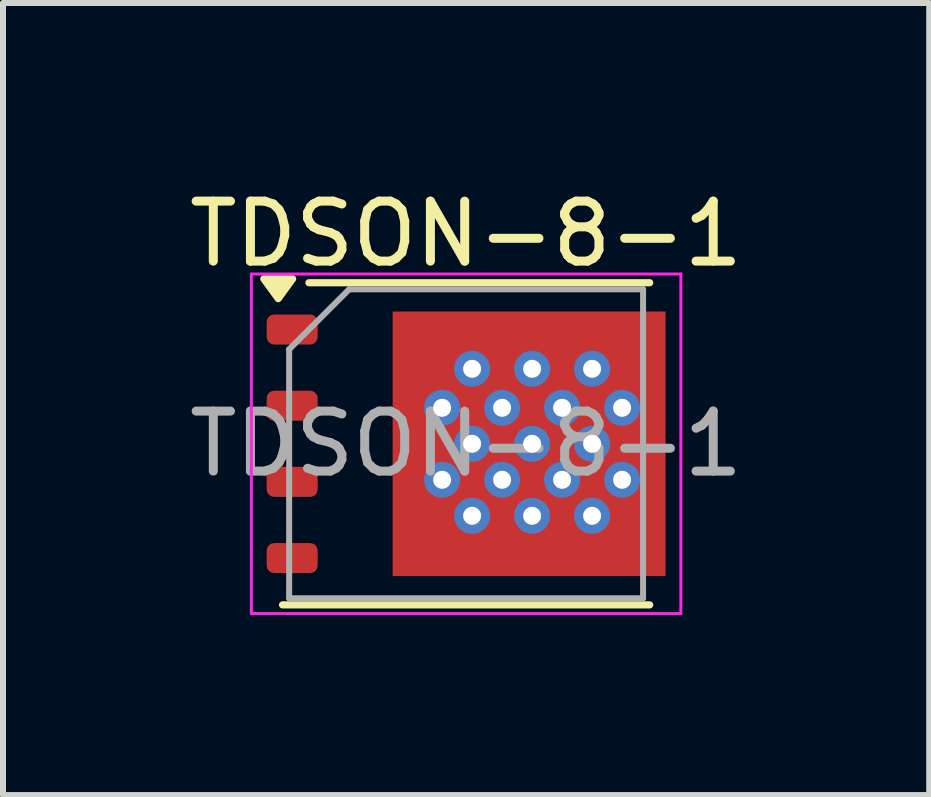
<source format=kicad_pcb>
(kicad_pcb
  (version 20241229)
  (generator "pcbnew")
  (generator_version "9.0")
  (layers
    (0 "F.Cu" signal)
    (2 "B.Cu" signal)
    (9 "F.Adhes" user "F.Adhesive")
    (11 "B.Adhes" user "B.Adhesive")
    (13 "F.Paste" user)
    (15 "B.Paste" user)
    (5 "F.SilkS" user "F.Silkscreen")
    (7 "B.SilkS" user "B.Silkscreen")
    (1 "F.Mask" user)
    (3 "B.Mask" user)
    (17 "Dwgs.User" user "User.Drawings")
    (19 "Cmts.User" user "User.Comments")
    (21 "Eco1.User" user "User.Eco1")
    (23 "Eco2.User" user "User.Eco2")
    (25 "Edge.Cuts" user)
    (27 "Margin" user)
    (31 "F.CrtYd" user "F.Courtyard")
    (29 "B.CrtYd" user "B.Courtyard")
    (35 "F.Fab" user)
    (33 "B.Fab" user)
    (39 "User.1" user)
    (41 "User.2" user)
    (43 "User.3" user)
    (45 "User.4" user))
  (footprint "TDSON-8-1"
    (layer "F.Cu")
    (at 4.72 4.348)
    (property "Reference" "TDSON-8-1" (at 0 -3.5 0) (layer "F.SilkS") (effects (font (size 1 1) (thickness 0.15))))
    (attr smd)
    (fp_line (start 3.06 -2.685) (end -2.62 -2.685) (stroke (width 0.12) (type solid)) (layer "F.SilkS"))
    (fp_line (start 3.06 2.685) (end -3.06 2.685) (stroke (width 0.12) (type solid)) (layer "F.SilkS"))
    (fp_poly (pts (xy -3.132 -2.42) (xy -3.372 -2.75) (xy -2.892 -2.75) (xy -3.132 -2.42)) (stroke (width 0.12) (type solid)) (fill yes) (layer "F.SilkS"))
    (fp_line (start -3.58 -2.83) (end -3.58 2.83) (stroke (width 0.05) (type solid)) (layer "F.CrtYd"))
    (fp_line (start -3.58 2.83) (end 3.58 2.83) (stroke (width 0.05) (type solid)) (layer "F.CrtYd"))
    (fp_line (start 3.58 -2.83) (end -3.58 -2.83) (stroke (width 0.05) (type solid)) (layer "F.CrtYd"))
    (fp_line (start 3.58 2.83) (end 3.58 -2.83) (stroke (width 0.05) (type solid)) (layer "F.CrtYd"))
    (fp_line (start -2.95 2.575) (end -2.95 -1.575) (stroke (width 0.1) (type solid)) (layer "F.Fab"))
    (fp_line (start -1.95 -2.575) (end -2.95 -1.575) (stroke (width 0.1) (type solid)) (layer "F.Fab"))
    (fp_line (start -1.95 -2.575) (end 2.95 -2.575) (stroke (width 0.1) (type solid)) (layer "F.Fab"))
    (fp_line (start 2.95 -2.575) (end 2.95 2.575) (stroke (width 0.1) (type solid)) (layer "F.Fab"))
    (fp_line (start 2.95 2.575) (end -2.95 2.575) (stroke (width 0.1) (type solid)) (layer "F.Fab"))
    (fp_text user "${REFERENCE}" (at 0 0 0) (layer "F.Fab") (effects (font (size 1 1) (thickness 0.15))))
    (pad "" smd roundrect (at -0.2 -0.85) (size 1.5 1.5) (layers "F.Paste") (roundrect_rratio 0.25))
    (pad "" smd roundrect (at -0.2 0.85) (size 1.5 1.5) (layers "F.Paste") (roundrect_rratio 0.25))
    (pad "" smd custom (at 0.65 0) (size 3.75 4.41) (layers "F.Mask") (options (anchor rect)) (primitives (gr_poly (pts (xy 2.675 -1.605) (xy 1.875 -1.605) (xy 1.875 -2.205) (xy 2.675 -2.205)) (width 0) (fill yes)) (gr_poly (pts (xy 2.675 -0.335) (xy 1.875 -0.335) (xy 1.875 -0.935) (xy 2.675 -0.935)) (width 0) (fill yes)) (gr_poly (pts (xy 2.675 0.935) (xy 1.875 0.935) (xy 1.875 0.335) (xy 2.675 0.335)) (width 0) (fill yes)) (gr_poly (pts (xy 2.675 2.205) (xy 1.875 2.205) (xy 1.875 1.605) (xy 2.675 1.605)) (width 0) (fill yes))))
    (pad "" smd roundrect (at 1.5 -0.85) (size 1.5 1.5) (layers "F.Paste") (roundrect_rratio 0.25))
    (pad "" smd roundrect (at 1.5 0.85) (size 1.5 1.5) (layers "F.Paste") (roundrect_rratio 0.25))
    (pad "" smd roundrect (at 2.905 -1.905) (size 0.75 0.5) (layers "F.Paste") (roundrect_rratio 0.25))
    (pad "" smd roundrect (at 2.905 -0.635) (size 0.75 0.5) (layers "F.Paste") (roundrect_rratio 0.25))
    (pad "" smd roundrect (at 2.905 0.635) (size 0.75 0.5) (layers "F.Paste") (roundrect_rratio 0.25))
    (pad "" smd roundrect (at 2.905 1.905) (size 0.75 0.5) (layers "F.Paste") (roundrect_rratio 0.25))
    (pad "1" smd roundrect (at -2.9 -1.905) (size 0.85 0.5) (layers "F.Cu" "F.Mask" "F.Paste") (roundrect_rratio 0.25))
    (pad "2" smd roundrect (at -2.9 -0.635) (size 0.85 0.5) (layers "F.Cu" "F.Mask" "F.Paste") (roundrect_rratio 0.25))
    (pad "3" smd roundrect (at -2.9 0.635) (size 0.85 0.5) (layers "F.Cu" "F.Mask" "F.Paste") (roundrect_rratio 0.25))
    (pad "4" smd roundrect (at -2.9 1.905) (size 0.85 0.5) (layers "F.Cu" "F.Mask" "F.Paste") (roundrect_rratio 0.25))
    (pad "5" thru_hole circle (at -0.4 -0.6) (size 0.6 0.6) (drill 0.3) (layers "*.Cu" "F.Mask"))
    (pad "5" thru_hole circle (at -0.4 0.6) (size 0.6 0.6) (drill 0.3) (layers "*.Cu" "F.Mask"))
    (pad "5" thru_hole circle (at 0.1 -1.25) (size 0.6 0.6) (drill 0.3) (layers "*.Cu" "F.Mask"))
    (pad "5" thru_hole circle (at 0.1 0) (size 0.6 0.6) (drill 0.3) (layers "*.Cu" "F.Mask"))
    (pad "5" thru_hole circle (at 0.1 1.2) (size 0.6 0.6) (drill 0.3) (layers "*.Cu" "F.Mask"))
    (pad "5" thru_hole circle (at 0.6 -0.6) (size 0.6 0.6) (drill 0.3) (layers "*.Cu" "F.Mask"))
    (pad "5" thru_hole circle (at 0.6 0.6) (size 0.6 0.6) (drill 0.3) (layers "*.Cu" "F.Mask"))
    (pad "5" smd rect (at 1.05 0) (size 4.55 4.41) (layers "F.Cu"))
    (pad "5" thru_hole circle (at 1.1 -1.25) (size 0.6 0.6) (drill 0.3) (layers "*.Cu" "F.Mask"))
    (pad "5" thru_hole circle (at 1.1 0) (size 0.6 0.6) (drill 0.3) (layers "*.Cu" "F.Mask"))
    (pad "5" thru_hole circle (at 1.1 1.2) (size 0.6 0.6) (drill 0.3) (layers "*.Cu" "F.Mask"))
    (pad "5" thru_hole circle (at 1.6 -0.6) (size 0.6 0.6) (drill 0.3) (layers "*.Cu" "F.Mask"))
    (pad "5" thru_hole circle (at 1.6 0.6) (size 0.6 0.6) (drill 0.3) (layers "*.Cu" "F.Mask"))
    (pad "5" thru_hole circle (at 2.1 -1.25) (size 0.6 0.6) (drill 0.3) (layers "*.Cu" "F.Mask"))
    (pad "5" thru_hole circle (at 2.1 0) (size 0.6 0.6) (drill 0.3) (layers "*.Cu" "F.Mask"))
    (pad "5" thru_hole circle (at 2.1 1.2) (size 0.6 0.6) (drill 0.3) (layers "*.Cu" "F.Mask"))
    (pad "5" thru_hole circle (at 2.6 -0.6) (size 0.6 0.6) (drill 0.3) (layers "*.Cu" "F.Mask"))
    (pad "5" thru_hole circle (at 2.6 0.6) (size 0.6 0.6) (drill 0.3) (layers "*.Cu" "F.Mask")))
  (gr_rect
    (start -3 -3)
    (end 12.44 10.203)
    (stroke (width 0.1) (type default))
    (fill no)
    (layer "Edge.Cuts")))
</source>
